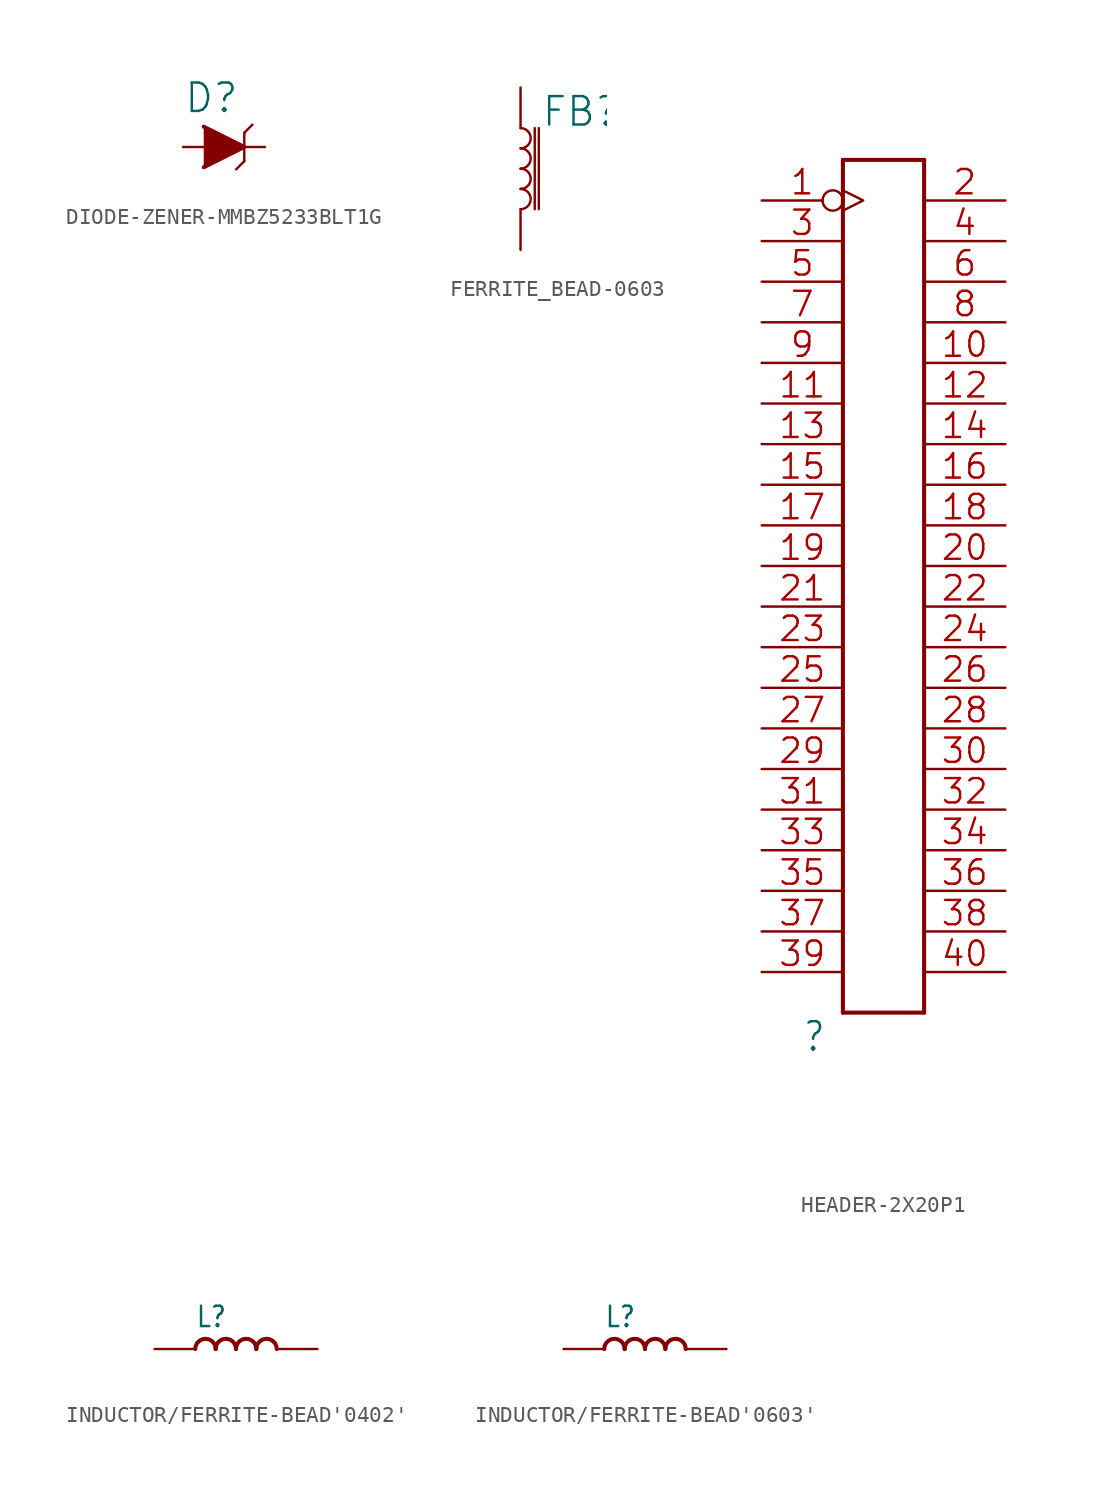
<source format=kicad_sym>
(kicad_symbol_lib
  (version 20241209)
  (generator "kicad_symbol_editor")
  (generator_version "9.0")
  (symbol "DIODE-ZENER-MMBZ5233BLT1G"
    (property "Reference" "D"
      (at -2.54 2.032 0)
      (effects (font (size 1.778 1.778)) (justify left bottom)))
    (property "Value" ""
      (at -2.54 -2.032 0)
      (effects (font (size 1.778 1.778)) (justify left top)))
    (property "ki_locked" ""
      (at 0 0 0)
      (effects (font (size 1.27 1.27))))
    (symbol "DIODE-ZENER-MMBZ5233BLT1G_1_0"
      (polyline (pts (xy -2.54 0) (xy -1.27 0)) (stroke (width 0.152) (type solid)) (fill (type none)))
      (polyline (pts (xy -1.27 -1.27) (xy 1.27 0) (xy -1.27 1.27)) (stroke (width 0.254) (type solid)) (fill (type outline)))
      (polyline (pts (xy 1.27 0.889) (xy 1.27 0)) (stroke (width 0.152) (type solid)) (fill (type none)))
      (polyline (pts (xy 1.27 0.889) (xy 1.778 1.397)) (stroke (width 0.152) (type solid)) (fill (type none)))
      (polyline (pts (xy 1.27 0) (xy 1.27 -0.889)) (stroke (width 0.152) (type solid)) (fill (type none)))
      (polyline (pts (xy 1.27 -0.889) (xy 0.762 -1.397)) (stroke (width 0.152) (type solid)) (fill (type none)))
      (polyline (pts (xy 2.54 0) (xy 1.27 0)) (stroke (width 0.152) (type solid)) (fill (type none)))
      (pin passive line (at -2.54 0 0) (length 0) (name "A" (effects (font (size 0 0)))) (number "1" (effects (font (size 0 0)))))
      (pin passive line (at 2.54 0 180) (length 0) (name "C" (effects (font (size 0 0)))) (number "3" (effects (font (size 0 0)))))))
  (symbol "FERRITE_BEAD-0603"
    (property "Reference" "FB"
      (at 1.27 2.54 0)
      (effects (font (size 1.778 1.778)) (justify left bottom)))
    (property "Value" ""
      (at 1.27 -2.54 0)
      (effects (font (size 1.778 1.778)) (justify left top)))
    (property "ki_locked" ""
      (at 0 0 0)
      (effects (font (size 1.27 1.27))))
    (symbol "FERRITE_BEAD-0603_1_0"
      (arc (start 0 2.54) (mid 0.635 1.905) (end 0 1.27) (stroke (width 0.1524) (type solid)) (fill (type none)))
      (arc (start 0 1.27) (mid 0.635 0.635) (end 0 0) (stroke (width 0.1524) (type solid)) (fill (type none)))
      (arc (start 0 0) (mid 0.635 -0.635) (end 0 -1.27) (stroke (width 0.1524) (type solid)) (fill (type none)))
      (arc (start 0 -1.27) (mid 0.635 -1.905) (end 0 -2.54) (stroke (width 0.1524) (type solid)) (fill (type none)))
      (polyline (pts (xy 0.889 2.54) (xy 0.889 -2.54)) (stroke (width 0.152) (type solid)) (fill (type none)))
      (polyline (pts (xy 1.143 2.54) (xy 1.143 -2.54)) (stroke (width 0.152) (type solid)) (fill (type none)))
      (pin passive line (at 0 5.08 270) (length 2.54) (name "1" (effects (font (size 0 0)))) (number "1" (effects (font (size 0 0)))))
      (pin passive line (at 0 -5.08 90) (length 2.54) (name "2" (effects (font (size 0 0)))) (number "2" (effects (font (size 0 0)))))))
  (symbol "HEADER-2X20P1"
    (property "Reference" ""
      (at -5.08 -30.48 0)
      (effects (font (size 1.778 1.511)) (justify left bottom)))
    (property "Value" ""
      (at -5.08 -33.02 0)
      (effects (font (size 1.778 1.511)) (justify left bottom)))
    (property "ki_locked" ""
      (at 0 0 0)
      (effects (font (size 1.27 1.27))))
    (symbol "HEADER-2X20P1_1_0"
      (polyline (pts (xy -2.54 25.4) (xy 2.54 25.4)) (stroke (width 0.254) (type solid)) (fill (type none)))
      (polyline (pts (xy -2.54 -27.94) (xy -2.54 25.4)) (stroke (width 0.254) (type solid)) (fill (type none)))
      (polyline (pts (xy 2.54 25.4) (xy 2.54 -27.94)) (stroke (width 0.254) (type solid)) (fill (type none)))
      (polyline (pts (xy 2.54 -27.94) (xy -2.54 -27.94)) (stroke (width 0.254) (type solid)) (fill (type none)))
      (pin bidirectional inverted_clock (at -7.62 22.86 0) (length 5.08) (name "1" (effects (font (size 0 0)))) (number "1" (effects (font (size 1.524 1.524)))))
      (pin bidirectional line (at -7.62 20.32 0) (length 5.08) (name "3" (effects (font (size 0 0)))) (number "3" (effects (font (size 1.524 1.524)))))
      (pin bidirectional line (at -7.62 17.78 0) (length 5.08) (name "5" (effects (font (size 0 0)))) (number "5" (effects (font (size 1.524 1.524)))))
      (pin bidirectional line (at -7.62 15.24 0) (length 5.08) (name "7" (effects (font (size 0 0)))) (number "7" (effects (font (size 1.524 1.524)))))
      (pin bidirectional line (at -7.62 12.7 0) (length 5.08) (name "9" (effects (font (size 0 0)))) (number "9" (effects (font (size 1.524 1.524)))))
      (pin bidirectional line (at -7.62 10.16 0) (length 5.08) (name "11" (effects (font (size 0 0)))) (number "11" (effects (font (size 1.524 1.524)))))
      (pin bidirectional line (at -7.62 7.62 0) (length 5.08) (name "13" (effects (font (size 0 0)))) (number "13" (effects (font (size 1.524 1.524)))))
      (pin bidirectional line (at -7.62 5.08 0) (length 5.08) (name "15" (effects (font (size 0 0)))) (number "15" (effects (font (size 1.524 1.524)))))
      (pin bidirectional line (at -7.62 2.54 0) (length 5.08) (name "17" (effects (font (size 0 0)))) (number "17" (effects (font (size 1.524 1.524)))))
      (pin bidirectional line (at -7.62 0 0) (length 5.08) (name "19" (effects (font (size 0 0)))) (number "19" (effects (font (size 1.524 1.524)))))
      (pin bidirectional line (at -7.62 -2.54 0) (length 5.08) (name "21" (effects (font (size 0 0)))) (number "21" (effects (font (size 1.524 1.524)))))
      (pin bidirectional line (at -7.62 -5.08 0) (length 5.08) (name "23" (effects (font (size 0 0)))) (number "23" (effects (font (size 1.524 1.524)))))
      (pin bidirectional line (at -7.62 -7.62 0) (length 5.08) (name "25" (effects (font (size 0 0)))) (number "25" (effects (font (size 1.524 1.524)))))
      (pin bidirectional line (at -7.62 -10.16 0) (length 5.08) (name "27" (effects (font (size 0 0)))) (number "27" (effects (font (size 1.524 1.524)))))
      (pin bidirectional line (at -7.62 -12.7 0) (length 5.08) (name "29" (effects (font (size 0 0)))) (number "29" (effects (font (size 1.524 1.524)))))
      (pin bidirectional line (at -7.62 -15.24 0) (length 5.08) (name "31" (effects (font (size 0 0)))) (number "31" (effects (font (size 1.524 1.524)))))
      (pin bidirectional line (at -7.62 -17.78 0) (length 5.08) (name "33" (effects (font (size 0 0)))) (number "33" (effects (font (size 1.524 1.524)))))
      (pin bidirectional line (at -7.62 -20.32 0) (length 5.08) (name "35" (effects (font (size 0 0)))) (number "35" (effects (font (size 1.524 1.524)))))
      (pin bidirectional line (at -7.62 -22.86 0) (length 5.08) (name "37" (effects (font (size 0 0)))) (number "37" (effects (font (size 1.524 1.524)))))
      (pin bidirectional line (at -7.62 -25.4 0) (length 5.08) (name "39" (effects (font (size 0 0)))) (number "39" (effects (font (size 1.524 1.524)))))
      (pin bidirectional line (at 7.62 22.86 180) (length 5.08) (name "2" (effects (font (size 0 0)))) (number "2" (effects (font (size 1.524 1.524)))))
      (pin bidirectional line (at 7.62 20.32 180) (length 5.08) (name "4" (effects (font (size 0 0)))) (number "4" (effects (font (size 1.524 1.524)))))
      (pin bidirectional line (at 7.62 17.78 180) (length 5.08) (name "6" (effects (font (size 0 0)))) (number "6" (effects (font (size 1.524 1.524)))))
      (pin bidirectional line (at 7.62 15.24 180) (length 5.08) (name "8" (effects (font (size 0 0)))) (number "8" (effects (font (size 1.524 1.524)))))
      (pin bidirectional line (at 7.62 12.7 180) (length 5.08) (name "10" (effects (font (size 0 0)))) (number "10" (effects (font (size 1.524 1.524)))))
      (pin bidirectional line (at 7.62 10.16 180) (length 5.08) (name "12" (effects (font (size 0 0)))) (number "12" (effects (font (size 1.524 1.524)))))
      (pin bidirectional line (at 7.62 7.62 180) (length 5.08) (name "14" (effects (font (size 0 0)))) (number "14" (effects (font (size 1.524 1.524)))))
      (pin bidirectional line (at 7.62 5.08 180) (length 5.08) (name "16" (effects (font (size 0 0)))) (number "16" (effects (font (size 1.524 1.524)))))
      (pin bidirectional line (at 7.62 2.54 180) (length 5.08) (name "18" (effects (font (size 0 0)))) (number "18" (effects (font (size 1.524 1.524)))))
      (pin bidirectional line (at 7.62 0 180) (length 5.08) (name "20" (effects (font (size 0 0)))) (number "20" (effects (font (size 1.524 1.524)))))
      (pin bidirectional line (at 7.62 -2.54 180) (length 5.08) (name "22" (effects (font (size 0 0)))) (number "22" (effects (font (size 1.524 1.524)))))
      (pin bidirectional line (at 7.62 -5.08 180) (length 5.08) (name "24" (effects (font (size 0 0)))) (number "24" (effects (font (size 1.524 1.524)))))
      (pin bidirectional line (at 7.62 -7.62 180) (length 5.08) (name "26" (effects (font (size 0 0)))) (number "26" (effects (font (size 1.524 1.524)))))
      (pin bidirectional line (at 7.62 -10.16 180) (length 5.08) (name "28" (effects (font (size 0 0)))) (number "28" (effects (font (size 1.524 1.524)))))
      (pin bidirectional line (at 7.62 -12.7 180) (length 5.08) (name "30" (effects (font (size 0 0)))) (number "30" (effects (font (size 1.524 1.524)))))
      (pin bidirectional line (at 7.62 -15.24 180) (length 5.08) (name "32" (effects (font (size 0 0)))) (number "32" (effects (font (size 1.524 1.524)))))
      (pin bidirectional line (at 7.62 -17.78 180) (length 5.08) (name "34" (effects (font (size 0 0)))) (number "34" (effects (font (size 1.524 1.524)))))
      (pin bidirectional line (at 7.62 -20.32 180) (length 5.08) (name "36" (effects (font (size 0 0)))) (number "36" (effects (font (size 1.524 1.524)))))
      (pin bidirectional line (at 7.62 -22.86 180) (length 5.08) (name "38" (effects (font (size 0 0)))) (number "38" (effects (font (size 1.524 1.524)))))
      (pin bidirectional line (at 7.62 -25.4 180) (length 5.08) (name "40" (effects (font (size 0 0)))) (number "40" (effects (font (size 1.524 1.524)))))))
  (symbol "INDUCTOR/FERRITE-BEAD'0402'"
    (property "Reference" "L"
      (at -2.54 1.27 0)
      (effects (font (size 1.27 1.079)) (justify left bottom)))
    (property "Value" ""
      (at -2.54 -2.54 0)
      (effects (font (size 1.27 1.079)) (justify left bottom)))
    (property "ki_locked" ""
      (at 0 0 0)
      (effects (font (size 1.27 1.27))))
    (symbol "INDUCTOR/FERRITE-BEAD'0402'_1_0"
      (arc (start -2.54 0) (mid -1.905 0.635) (end -1.27 0) (stroke (width 0.254) (type solid)) (fill (type none)))
      (arc (start -1.27 0) (mid -0.635 0.635) (end 0 0) (stroke (width 0.254) (type solid)) (fill (type none)))
      (arc (start 0 0) (mid 0.635 0.635) (end 1.27 0) (stroke (width 0.254) (type solid)) (fill (type none)))
      (arc (start 1.27 0) (mid 1.905 0.635) (end 2.54 0) (stroke (width 0.254) (type solid)) (fill (type none)))
      (pin passive line (at -5.08 0 0) (length 2.54) (name "1" (effects (font (size 0 0)))) (number "1" (effects (font (size 0 0)))))
      (pin passive line (at 5.08 0 180) (length 2.54) (name "2" (effects (font (size 0 0)))) (number "2" (effects (font (size 0 0)))))))
  (symbol "INDUCTOR/FERRITE-BEAD'0603'"
    (property "Reference" "L"
      (at -2.54 1.27 0)
      (effects (font (size 1.27 1.079)) (justify left bottom)))
    (property "Value" ""
      (at -2.54 -2.54 0)
      (effects (font (size 1.27 1.079)) (justify left bottom)))
    (property "ki_locked" ""
      (at 0 0 0)
      (effects (font (size 1.27 1.27))))
    (symbol "INDUCTOR/FERRITE-BEAD'0603'_1_0"
      (arc (start -2.54 0) (mid -1.905 0.635) (end -1.27 0) (stroke (width 0.254) (type solid)) (fill (type none)))
      (arc (start -1.27 0) (mid -0.635 0.635) (end 0 0) (stroke (width 0.254) (type solid)) (fill (type none)))
      (arc (start 0 0) (mid 0.635 0.635) (end 1.27 0) (stroke (width 0.254) (type solid)) (fill (type none)))
      (arc (start 1.27 0) (mid 1.905 0.635) (end 2.54 0) (stroke (width 0.254) (type solid)) (fill (type none)))
      (pin passive line (at -5.08 0 0) (length 2.54) (name "1" (effects (font (size 0 0)))) (number "1" (effects (font (size 0 0)))))
      (pin passive line (at 5.08 0 180) (length 2.54) (name "2" (effects (font (size 0 0)))) (number "2" (effects (font (size 0 0))))))))
</source>
